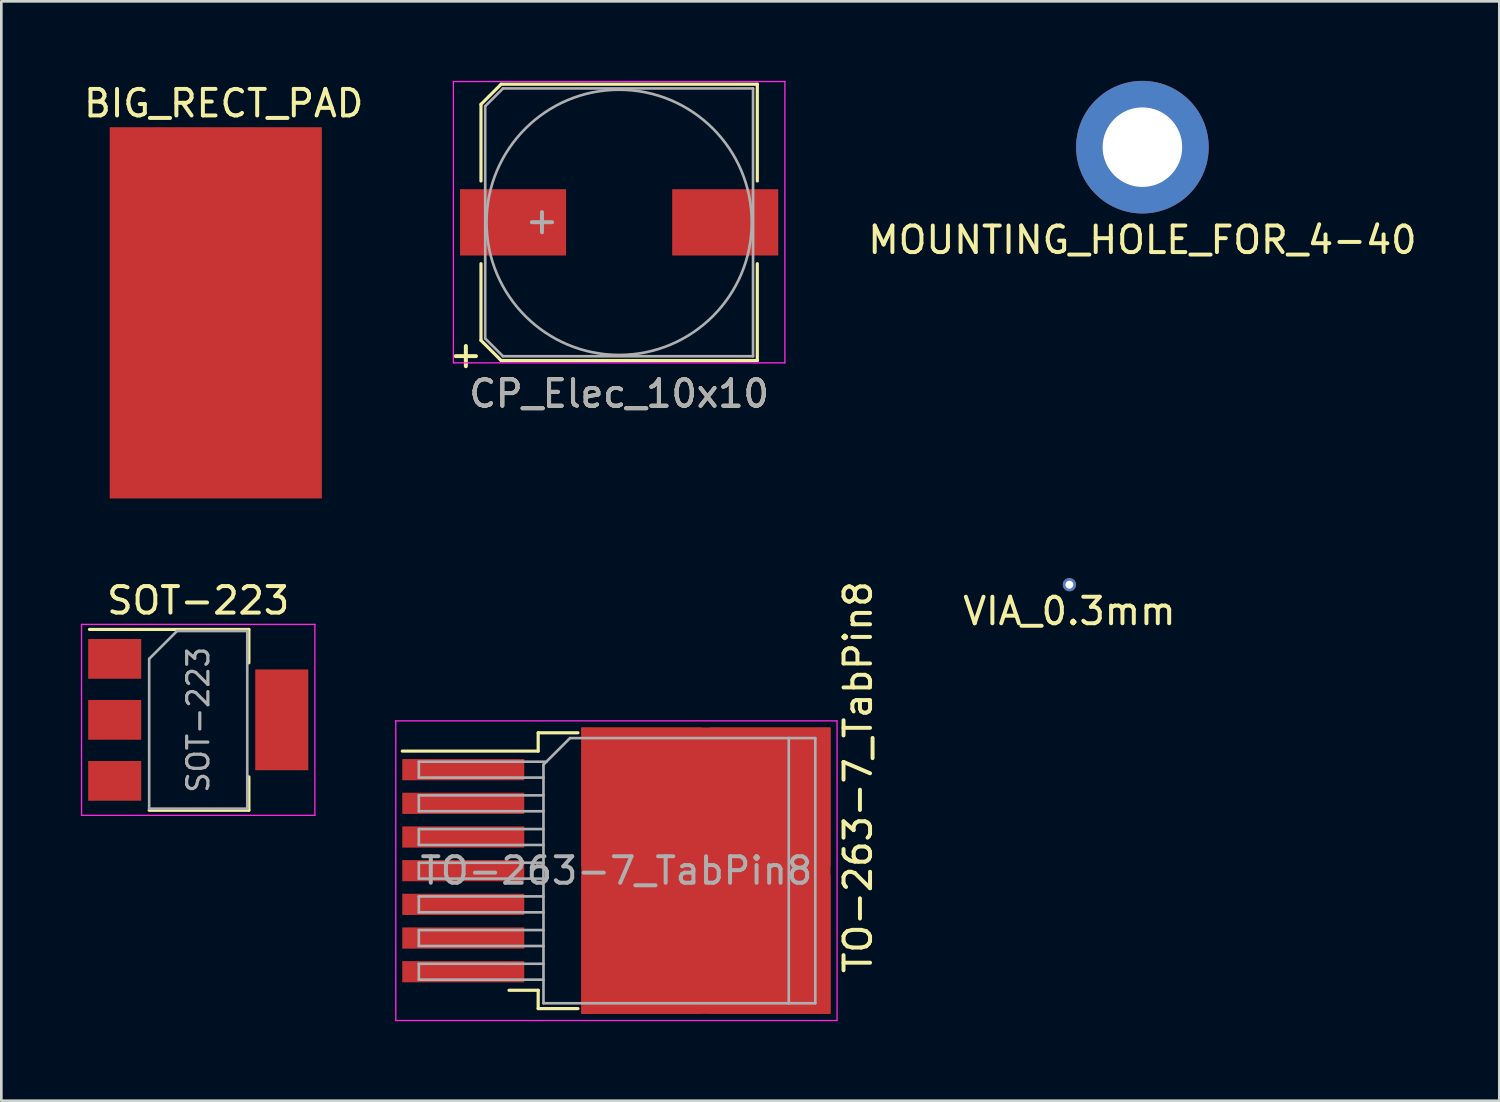
<source format=kicad_pcb>
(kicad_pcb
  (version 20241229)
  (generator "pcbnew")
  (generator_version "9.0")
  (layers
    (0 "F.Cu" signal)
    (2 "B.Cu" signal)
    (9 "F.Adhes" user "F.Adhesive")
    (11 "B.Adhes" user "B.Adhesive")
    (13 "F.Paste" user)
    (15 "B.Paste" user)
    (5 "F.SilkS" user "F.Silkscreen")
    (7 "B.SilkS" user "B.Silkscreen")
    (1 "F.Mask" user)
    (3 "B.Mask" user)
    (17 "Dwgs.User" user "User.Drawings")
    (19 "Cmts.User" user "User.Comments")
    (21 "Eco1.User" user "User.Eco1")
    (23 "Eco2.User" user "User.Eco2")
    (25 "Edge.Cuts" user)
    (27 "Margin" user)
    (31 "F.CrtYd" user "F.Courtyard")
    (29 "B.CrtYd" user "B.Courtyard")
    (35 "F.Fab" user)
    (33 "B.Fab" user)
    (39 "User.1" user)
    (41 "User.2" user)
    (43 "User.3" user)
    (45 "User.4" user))
  (footprint "SOT-223"
    (layer "F.Cu")
    (at 4.425 24.096)
    (property "Reference" "SOT-223" (at 0 -4.5 0) (layer "F.SilkS") (effects (font (size 1 1) (thickness 0.15))))
    (attr smd)
    (fp_line (start -4.1 -3.41) (end 1.91 -3.41) (stroke (width 0.12) (type solid)) (layer "F.SilkS"))
    (fp_line (start -1.85 3.41) (end 1.91 3.41) (stroke (width 0.12) (type solid)) (layer "F.SilkS"))
    (fp_line (start 1.91 -3.41) (end 1.91 -2.15) (stroke (width 0.12) (type solid)) (layer "F.SilkS"))
    (fp_line (start 1.91 3.41) (end 1.91 2.15) (stroke (width 0.12) (type solid)) (layer "F.SilkS"))
    (fp_line (start -4.4 -3.6) (end -4.4 3.6) (stroke (width 0.05) (type solid)) (layer "F.CrtYd"))
    (fp_line (start -4.4 3.6) (end 4.4 3.6) (stroke (width 0.05) (type solid)) (layer "F.CrtYd"))
    (fp_line (start 4.4 -3.6) (end -4.4 -3.6) (stroke (width 0.05) (type solid)) (layer "F.CrtYd"))
    (fp_line (start 4.4 3.6) (end 4.4 -3.6) (stroke (width 0.05) (type solid)) (layer "F.CrtYd"))
    (fp_line (start -1.85 -2.3) (end -1.85 3.35) (stroke (width 0.1) (type solid)) (layer "F.Fab"))
    (fp_line (start -1.85 -2.3) (end -0.8 -3.35) (stroke (width 0.1) (type solid)) (layer "F.Fab"))
    (fp_line (start -1.85 3.35) (end 1.85 3.35) (stroke (width 0.1) (type solid)) (layer "F.Fab"))
    (fp_line (start -0.8 -3.35) (end 1.85 -3.35) (stroke (width 0.1) (type solid)) (layer "F.Fab"))
    (fp_line (start 1.85 -3.35) (end 1.85 3.35) (stroke (width 0.1) (type solid)) (layer "F.Fab"))
    (fp_text user "${REFERENCE}" (at 0 0 90) (layer "F.Fab") (effects (font (size 0.8 0.8) (thickness 0.12))))
    (pad "1" smd rect (at -3.15 -2.3) (size 2 1.5) (layers "F.Cu" "F.Mask" "F.Paste"))
    (pad "2" smd rect (at -3.15 0) (size 2 1.5) (layers "F.Cu" "F.Mask" "F.Paste"))
    (pad "3" smd rect (at -3.15 2.3) (size 2 1.5) (layers "F.Cu" "F.Mask" "F.Paste"))
    (pad "4" smd rect (at 3.15 0) (size 2 3.8) (layers "F.Cu" "F.Mask" "F.Paste")))
  (footprint "MOUNTING_HOLE_FOR_4-40"
    (layer "F.Cu")
    (at 40.031 2.5)
    (property "Reference" "MOUNTING_HOLE_FOR_4-40" (at 0 3.5 0) (layer "F.SilkS") (effects (font (size 1 1) (thickness 0.15))))
    (attr through_hole)
    (pad "1" thru_hole circle (at 0 0) (size 5 5) (drill 3) (layers "*.Cu" "*.Mask")))
  (footprint "VIA_0.3mm"
    (layer "F.Cu")
    (at 37.278 18.998)
    (property "Reference" "VIA_0.3mm" (at 0 1 0) (layer "F.SilkS") (effects (font (size 1 1) (thickness 0.15))))
    (attr through_hole)
    (pad "1" thru_hole circle (at 0 0) (size 0.5 0.5) (drill 0.3) (layers "*.Cu" "*.Mask")))
  (footprint "TO-263-7_TabPin8"
    (layer "F.Cu")
    (at 20.195 29.784)
    (property "Reference" "TO-263-7_TabPin8" (at 9.11 -3.53 90) (layer "F.SilkS") (effects (font (size 1 1) (thickness 0.15))))
    (attr smd)
    (fp_line (start -2.95 -5.2) (end -2.95 -4.51) (stroke (width 0.12) (type solid)) (layer "F.SilkS"))
    (fp_line (start -2.95 -4.51) (end -8.075 -4.51) (stroke (width 0.12) (type solid)) (layer "F.SilkS"))
    (fp_line (start -2.95 4.51) (end -4.05 4.51) (stroke (width 0.12) (type solid)) (layer "F.SilkS"))
    (fp_line (start -2.95 5.2) (end -2.95 4.51) (stroke (width 0.12) (type solid)) (layer "F.SilkS"))
    (fp_line (start -1.45 -5.2) (end -2.95 -5.2) (stroke (width 0.12) (type solid)) (layer "F.SilkS"))
    (fp_line (start -1.45 5.2) (end -2.95 5.2) (stroke (width 0.12) (type solid)) (layer "F.SilkS"))
    (fp_line (start -8.32 -5.65) (end -8.32 5.65) (stroke (width 0.05) (type solid)) (layer "F.CrtYd"))
    (fp_line (start -8.32 5.65) (end 8.32 5.65) (stroke (width 0.05) (type solid)) (layer "F.CrtYd"))
    (fp_line (start 8.32 -5.65) (end -8.32 -5.65) (stroke (width 0.05) (type solid)) (layer "F.CrtYd"))
    (fp_line (start 8.32 5.65) (end 8.32 -5.65) (stroke (width 0.05) (type solid)) (layer "F.CrtYd"))
    (fp_line (start -7.45 -4.11) (end -7.45 -3.51) (stroke (width 0.1) (type solid)) (layer "F.Fab"))
    (fp_line (start -7.45 -3.51) (end -2.75 -3.51) (stroke (width 0.1) (type solid)) (layer "F.Fab"))
    (fp_line (start -7.45 -2.84) (end -7.45 -2.24) (stroke (width 0.1) (type solid)) (layer "F.Fab"))
    (fp_line (start -7.45 -2.24) (end -2.75 -2.24) (stroke (width 0.1) (type solid)) (layer "F.Fab"))
    (fp_line (start -7.45 -1.57) (end -7.45 -0.97) (stroke (width 0.1) (type solid)) (layer "F.Fab"))
    (fp_line (start -7.45 -0.97) (end -2.75 -0.97) (stroke (width 0.1) (type solid)) (layer "F.Fab"))
    (fp_line (start -7.45 -0.3) (end -7.45 0.3) (stroke (width 0.1) (type solid)) (layer "F.Fab"))
    (fp_line (start -7.45 0.3) (end -2.75 0.3) (stroke (width 0.1) (type solid)) (layer "F.Fab"))
    (fp_line (start -7.45 0.97) (end -7.45 1.57) (stroke (width 0.1) (type solid)) (layer "F.Fab"))
    (fp_line (start -7.45 1.57) (end -2.75 1.57) (stroke (width 0.1) (type solid)) (layer "F.Fab"))
    (fp_line (start -7.45 2.24) (end -7.45 2.84) (stroke (width 0.1) (type solid)) (layer "F.Fab"))
    (fp_line (start -7.45 2.84) (end -2.75 2.84) (stroke (width 0.1) (type solid)) (layer "F.Fab"))
    (fp_line (start -7.45 3.51) (end -7.45 4.11) (stroke (width 0.1) (type solid)) (layer "F.Fab"))
    (fp_line (start -7.45 4.11) (end -2.75 4.11) (stroke (width 0.1) (type solid)) (layer "F.Fab"))
    (fp_line (start -2.75 -4) (end -1.75 -5) (stroke (width 0.1) (type solid)) (layer "F.Fab"))
    (fp_line (start -2.75 -2.84) (end -7.45 -2.84) (stroke (width 0.1) (type solid)) (layer "F.Fab"))
    (fp_line (start -2.75 -1.57) (end -7.45 -1.57) (stroke (width 0.1) (type solid)) (layer "F.Fab"))
    (fp_line (start -2.75 -0.3) (end -7.45 -0.3) (stroke (width 0.1) (type solid)) (layer "F.Fab"))
    (fp_line (start -2.75 0.97) (end -7.45 0.97) (stroke (width 0.1) (type solid)) (layer "F.Fab"))
    (fp_line (start -2.75 2.24) (end -7.45 2.24) (stroke (width 0.1) (type solid)) (layer "F.Fab"))
    (fp_line (start -2.75 3.51) (end -7.45 3.51) (stroke (width 0.1) (type solid)) (layer "F.Fab"))
    (fp_line (start -2.75 5) (end -2.75 -4) (stroke (width 0.1) (type solid)) (layer "F.Fab"))
    (fp_line (start -2.64 -4.11) (end -7.45 -4.11) (stroke (width 0.1) (type solid)) (layer "F.Fab"))
    (fp_line (start -1.75 -5) (end 6.5 -5) (stroke (width 0.1) (type solid)) (layer "F.Fab"))
    (fp_line (start 6.5 -5) (end 6.5 5) (stroke (width 0.1) (type solid)) (layer "F.Fab"))
    (fp_line (start 6.5 -5) (end 7.5 -5) (stroke (width 0.1) (type solid)) (layer "F.Fab"))
    (fp_line (start 6.5 5) (end -2.75 5) (stroke (width 0.1) (type solid)) (layer "F.Fab"))
    (fp_line (start 7.5 -5) (end 7.5 5) (stroke (width 0.1) (type solid)) (layer "F.Fab"))
    (fp_line (start 7.5 5) (end 6.5 5) (stroke (width 0.1) (type solid)) (layer "F.Fab"))
    (fp_text user "${REFERENCE}" (at 0 0 0) (layer "F.Fab") (effects (font (size 1 1) (thickness 0.15))))
    (pad "1" smd rect (at -5.775 -3.81) (size 4.6 0.8) (layers "F.Cu" "F.Mask" "F.Paste"))
    (pad "2" smd rect (at -5.775 -2.54) (size 4.6 0.8) (layers "F.Cu" "F.Mask" "F.Paste"))
    (pad "3" smd rect (at -5.775 -1.27) (size 4.6 0.8) (layers "F.Cu" "F.Mask" "F.Paste"))
    (pad "4" smd rect (at -5.775 0) (size 4.6 0.8) (layers "F.Cu" "F.Mask" "F.Paste"))
    (pad "5" smd rect (at -5.775 1.27) (size 4.6 0.8) (layers "F.Cu" "F.Mask" "F.Paste"))
    (pad "6" smd rect (at -5.775 2.54) (size 4.6 0.8) (layers "F.Cu" "F.Mask" "F.Paste"))
    (pad "7" smd rect (at -5.775 3.81) (size 4.6 0.8) (layers "F.Cu" "F.Mask" "F.Paste"))
    (pad "8" smd rect (at 0.95 -2.775) (size 4.55 5.25) (layers "F.Cu" "F.Paste"))
    (pad "8" smd rect (at 0.95 2.775) (size 4.55 5.25) (layers "F.Cu" "F.Paste"))
    (pad "8" smd rect (at 3.375 0) (size 9.4 10.8) (layers "F.Cu" "F.Mask"))
    (pad "8" smd rect (at 5.8 -2.775) (size 4.55 5.25) (layers "F.Cu" "F.Paste"))
    (pad "8" smd rect (at 5.8 2.775) (size 4.55 5.25) (layers "F.Cu" "F.Paste")))
  (footprint "CP_Elec_10x10"
    (layer "F.Cu")
    (at 20.298 5.335)
    (property "Reference" "CP_Elec_10x10" (at 0 6.46 0) (layer "F.SilkS") (effects (font (size 1 1) (thickness 0.15))))
    (attr smd)
    (fp_line (start -5.21 -4.45) (end -5.21 -1.56) (stroke (width 0.12) (type solid)) (layer "F.SilkS"))
    (fp_line (start -5.21 -4.45) (end -4.45 -5.21) (stroke (width 0.12) (type solid)) (layer "F.SilkS"))
    (fp_line (start -5.21 4.45) (end -5.21 1.56) (stroke (width 0.12) (type solid)) (layer "F.SilkS"))
    (fp_line (start -4.45 -5.21) (end 5.21 -5.21) (stroke (width 0.12) (type solid)) (layer "F.SilkS"))
    (fp_line (start -4.45 5.21) (end -5.21 4.45) (stroke (width 0.12) (type solid)) (layer "F.SilkS"))
    (fp_line (start 5.21 -5.21) (end 5.21 -1.56) (stroke (width 0.12) (type solid)) (layer "F.SilkS"))
    (fp_line (start 5.21 5.21) (end -4.45 5.21) (stroke (width 0.12) (type solid)) (layer "F.SilkS"))
    (fp_line (start 5.21 5.21) (end 5.21 1.56) (stroke (width 0.12) (type solid)) (layer "F.SilkS"))
    (fp_line (start -6.25 -5.31) (end -6.25 5.3) (stroke (width 0.05) (type solid)) (layer "F.CrtYd"))
    (fp_line (start -6.25 -5.31) (end 6.25 -5.31) (stroke (width 0.05) (type solid)) (layer "F.CrtYd"))
    (fp_line (start 6.25 5.3) (end -6.25 5.3) (stroke (width 0.05) (type solid)) (layer "F.CrtYd"))
    (fp_line (start 6.25 5.3) (end 6.25 -5.31) (stroke (width 0.05) (type solid)) (layer "F.CrtYd"))
    (fp_line (start -5.05 -4.38) (end -5.05 4.38) (stroke (width 0.1) (type solid)) (layer "F.Fab"))
    (fp_line (start -5.05 4.38) (end -4.38 5.05) (stroke (width 0.1) (type solid)) (layer "F.Fab"))
    (fp_line (start -4.38 -5.05) (end -5.05 -4.38) (stroke (width 0.1) (type solid)) (layer "F.Fab"))
    (fp_line (start -4.38 5.05) (end 5.05 5.05) (stroke (width 0.1) (type solid)) (layer "F.Fab"))
    (fp_line (start 5.05 -5.05) (end -4.38 -5.05) (stroke (width 0.1) (type solid)) (layer "F.Fab"))
    (fp_line (start 5.05 5.05) (end 5.05 -5.05) (stroke (width 0.1) (type solid)) (layer "F.Fab"))
    (fp_circle (center 0 0) (end 0.1 5) (stroke (width 0.1) (type solid)) (fill no) (layer "F.Fab"))
    (fp_text user "+" (at -5.78 4.97 0) (layer "F.SilkS") (effects (font (size 1 1) (thickness 0.15))))
    (fp_text user "+" (at -2.91 -0.08 0) (layer "F.Fab") (effects (font (size 1 1) (thickness 0.15))))
    (fp_text user "${REFERENCE}" (at 0 6.46 0) (layer "F.Fab") (effects (font (size 1 1) (thickness 0.15))))
    (pad "1" smd rect (at -4 0 180) (size 4 2.5) (layers "F.Cu" "F.Mask" "F.Paste"))
    (pad "2" smd rect (at 4 0 180) (size 4 2.5) (layers "F.Cu" "F.Mask" "F.Paste")))
  (footprint "BIG_RECT_PAD"
    (layer "F.Cu")
    (at 5.087 8.748)
    (property "Reference" "BIG_RECT_PAD" (at 0.3 -7.9 0) (layer "F.SilkS") (effects (font (size 1 1) (thickness 0.15))))
    (attr through_hole)
    (pad "1" smd rect (at 0 0) (size 8 14) (layers "F.Cu" "F.Mask" "F.Paste")))
  (gr_rect
    (start -3 -3)
    (end 53.49 38.459)
    (stroke (width 0.1) (type default))
    (fill no)
    (layer "Edge.Cuts")))
</source>
